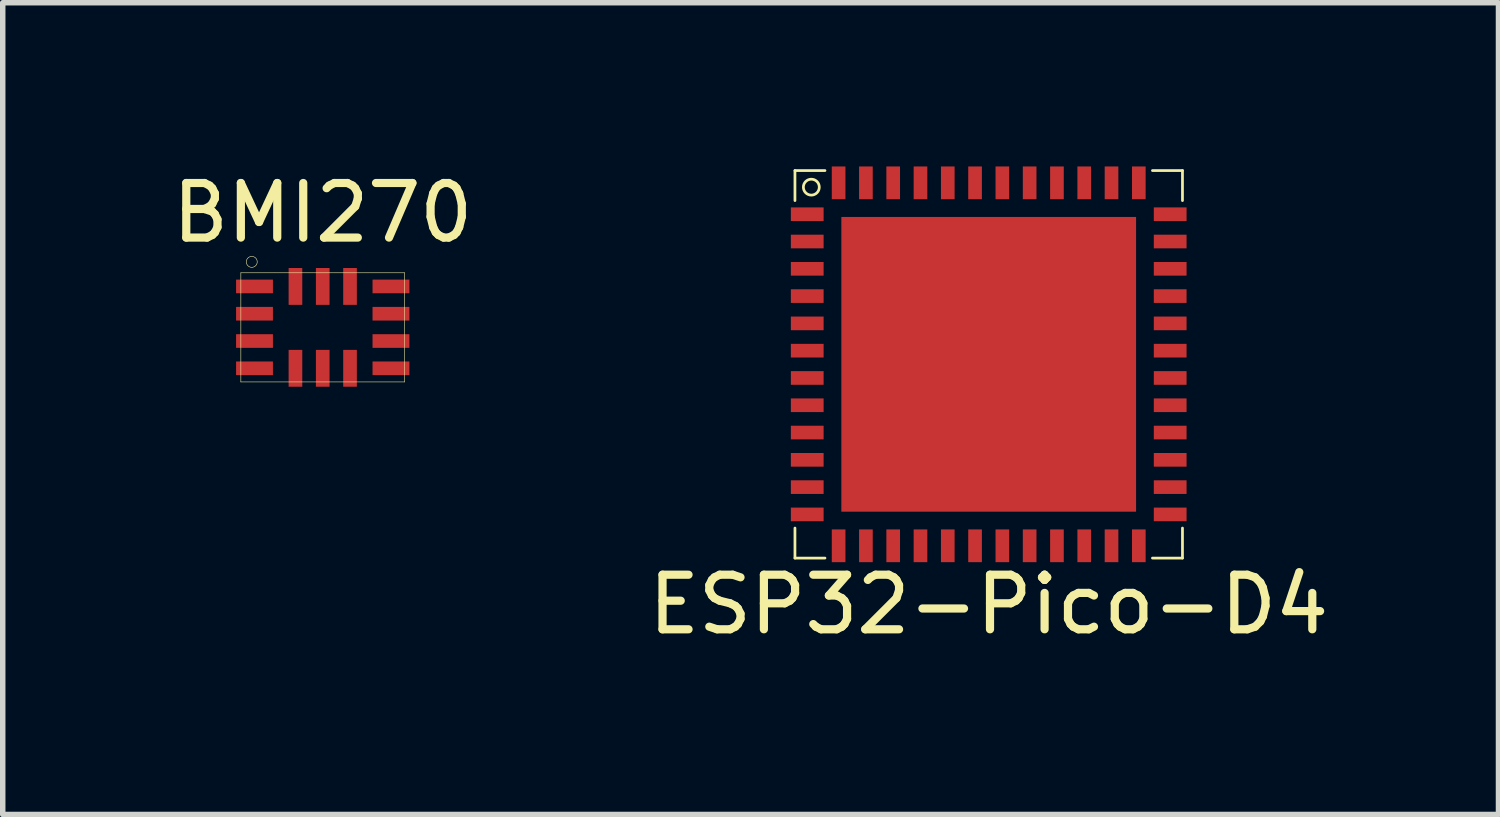
<source format=kicad_pcb>
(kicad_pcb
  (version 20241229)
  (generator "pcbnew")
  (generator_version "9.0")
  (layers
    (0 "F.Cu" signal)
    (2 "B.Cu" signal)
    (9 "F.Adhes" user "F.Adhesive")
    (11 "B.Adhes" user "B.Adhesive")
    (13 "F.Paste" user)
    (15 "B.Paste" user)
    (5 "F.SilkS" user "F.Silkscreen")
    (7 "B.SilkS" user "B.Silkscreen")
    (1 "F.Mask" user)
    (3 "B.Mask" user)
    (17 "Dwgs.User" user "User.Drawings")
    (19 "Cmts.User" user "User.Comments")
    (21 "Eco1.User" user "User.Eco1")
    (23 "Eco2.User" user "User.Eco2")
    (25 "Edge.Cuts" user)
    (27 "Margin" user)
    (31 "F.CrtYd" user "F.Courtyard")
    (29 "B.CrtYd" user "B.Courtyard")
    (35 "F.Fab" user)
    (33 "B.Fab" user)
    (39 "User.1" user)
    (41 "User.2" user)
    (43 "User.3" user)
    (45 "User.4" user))
  (footprint "BMI270"
    (layer "F.Cu")
    (at 2.863 2.948)
    (property "Reference" "BMI270" (at 0 -2.1 0) (layer "F.SilkS") (effects (font (size 1 1) (thickness 0.15))))
    (attr through_hole)
    (fp_line (start -1.5 -1) (end -1.5 1) (stroke (width 0.01) (type solid)) (layer "F.SilkS"))
    (fp_line (start -1.5 1) (end 1.5 1) (stroke (width 0.01) (type solid)) (layer "F.SilkS"))
    (fp_line (start 1.5 -1) (end -1.5 -1) (stroke (width 0.01) (type solid)) (layer "F.SilkS"))
    (fp_line (start 1.5 1) (end 1.5 -1) (stroke (width 0.01) (type solid)) (layer "F.SilkS"))
    (fp_circle (center -1.3 -1.2) (end -1.2 -1.2) (stroke (width 0.01) (type solid)) (fill no) (layer "F.SilkS"))
    (pad "1" smd rect (at -1.25 -0.75) (size 0.675 0.25) (layers "F.Cu" "F.Mask" "F.Paste"))
    (pad "2" smd rect (at -1.25 -0.25) (size 0.675 0.25) (layers "F.Cu" "F.Mask" "F.Paste"))
    (pad "3" smd rect (at -1.25 0.25) (size 0.675 0.25) (layers "F.Cu" "F.Mask" "F.Paste"))
    (pad "4" smd rect (at -1.25 0.75) (size 0.675 0.25) (layers "F.Cu" "F.Mask" "F.Paste"))
    (pad "5" smd rect (at -0.5 0.75 90) (size 0.675 0.25) (layers "F.Cu" "F.Mask" "F.Paste"))
    (pad "6" smd rect (at 0 0.75 90) (size 0.675 0.25) (layers "F.Cu" "F.Mask" "F.Paste"))
    (pad "7" smd rect (at 0.5 0.75 90) (size 0.675 0.25) (layers "F.Cu" "F.Mask" "F.Paste"))
    (pad "8" smd rect (at 1.25 0.75 180) (size 0.675 0.25) (layers "F.Cu" "F.Mask" "F.Paste"))
    (pad "9" smd rect (at 1.25 0.25) (size 0.675 0.25) (layers "F.Cu" "F.Mask" "F.Paste"))
    (pad "10" smd rect (at 1.25 -0.25) (size 0.675 0.25) (layers "F.Cu" "F.Mask" "F.Paste"))
    (pad "11" smd rect (at 1.25 -0.75) (size 0.675 0.25) (layers "F.Cu" "F.Mask" "F.Paste"))
    (pad "12" smd rect (at 0.5 -0.75 90) (size 0.675 0.25) (layers "F.Cu" "F.Mask" "F.Paste"))
    (pad "13" smd rect (at 0 -0.75 90) (size 0.675 0.25) (layers "F.Cu" "F.Mask" "F.Paste"))
    (pad "14" smd rect (at -0.5 -0.75 90) (size 0.675 0.25) (layers "F.Cu" "F.Mask" "F.Paste")))
  (footprint "ESP32-Pico-D4"
    (layer "F.Cu")
    (at 15.065 3.625)
    (property "Reference" "ESP32-Pico-D4" (at 0 4.4 0) (layer "F.SilkS") (effects (font (size 1 1) (thickness 0.15))))
    (attr smd)
    (fp_line (start -3.55 -3.55) (end -3 -3.55) (stroke (width 0.05) (type solid)) (layer "F.SilkS"))
    (fp_line (start -3.55 -3) (end -3.55 -3.55) (stroke (width 0.05) (type solid)) (layer "F.SilkS"))
    (fp_line (start -3.55 3.55) (end -3.55 3) (stroke (width 0.05) (type solid)) (layer "F.SilkS"))
    (fp_line (start -3 3.55) (end -3.55 3.55) (stroke (width 0.05) (type solid)) (layer "F.SilkS"))
    (fp_line (start 3 -3.55) (end 3.55 -3.55) (stroke (width 0.05) (type solid)) (layer "F.SilkS"))
    (fp_line (start 3 3.55) (end 3.55 3.55) (stroke (width 0.05) (type solid)) (layer "F.SilkS"))
    (fp_line (start 3.55 -3.55) (end 3.55 -3) (stroke (width 0.05) (type solid)) (layer "F.SilkS"))
    (fp_line (start 3.55 3.55) (end 3.55 3) (stroke (width 0.05) (type solid)) (layer "F.SilkS"))
    (fp_circle (center -3.25 -3.246) (end -3.125 -3.171) (stroke (width 0.05) (type solid)) (fill no) (layer "F.SilkS"))
    (pad "" smd rect (at 0 0) (size 2 2) (layers "F.Paste"))
    (pad "1" smd rect (at -3.325 -2.75) (size 0.6 0.25) (layers "F.Cu" "F.Mask" "F.Paste"))
    (pad "2" smd rect (at -3.325 -2.25) (size 0.6 0.25) (layers "F.Cu" "F.Mask" "F.Paste"))
    (pad "3" smd rect (at -3.325 -1.75) (size 0.6 0.25) (layers "F.Cu" "F.Mask" "F.Paste"))
    (pad "4" smd rect (at -3.325 -1.25) (size 0.6 0.25) (layers "F.Cu" "F.Mask" "F.Paste"))
    (pad "5" smd rect (at -3.325 -0.75) (size 0.6 0.25) (layers "F.Cu" "F.Mask" "F.Paste"))
    (pad "6" smd rect (at -3.325 -0.25) (size 0.6 0.25) (layers "F.Cu" "F.Mask" "F.Paste"))
    (pad "7" smd rect (at -3.325 0.25) (size 0.6 0.25) (layers "F.Cu" "F.Mask" "F.Paste"))
    (pad "8" smd rect (at -3.325 0.75) (size 0.6 0.25) (layers "F.Cu" "F.Mask" "F.Paste"))
    (pad "9" smd rect (at -3.325 1.25) (size 0.6 0.25) (layers "F.Cu" "F.Mask" "F.Paste"))
    (pad "10" smd rect (at -3.325 1.75) (size 0.6 0.25) (layers "F.Cu" "F.Mask" "F.Paste"))
    (pad "11" smd rect (at -3.325 2.25) (size 0.6 0.25) (layers "F.Cu" "F.Mask" "F.Paste"))
    (pad "12" smd rect (at -3.325 2.75) (size 0.6 0.25) (layers "F.Cu" "F.Mask" "F.Paste"))
    (pad "13" smd rect (at -2.75 3.325) (size 0.25 0.6) (layers "F.Cu" "F.Mask" "F.Paste"))
    (pad "14" smd rect (at -2.25 3.325) (size 0.25 0.6) (layers "F.Cu" "F.Mask" "F.Paste"))
    (pad "15" smd rect (at -1.75 3.325) (size 0.25 0.6) (layers "F.Cu" "F.Mask" "F.Paste"))
    (pad "16" smd rect (at -1.25 3.325) (size 0.25 0.6) (layers "F.Cu" "F.Mask" "F.Paste"))
    (pad "17" smd rect (at -0.75 3.325) (size 0.25 0.6) (layers "F.Cu" "F.Mask" "F.Paste"))
    (pad "18" smd rect (at -0.25 3.325) (size 0.25 0.6) (layers "F.Cu" "F.Mask" "F.Paste"))
    (pad "19" smd rect (at 0.25 3.325) (size 0.25 0.6) (layers "F.Cu" "F.Mask" "F.Paste"))
    (pad "20" smd rect (at 0.75 3.325) (size 0.25 0.6) (layers "F.Cu" "F.Mask" "F.Paste"))
    (pad "21" smd rect (at 1.25 3.325) (size 0.25 0.6) (layers "F.Cu" "F.Mask" "F.Paste"))
    (pad "22" smd rect (at 1.75 3.325) (size 0.25 0.6) (layers "F.Cu" "F.Mask" "F.Paste"))
    (pad "23" smd rect (at 2.25 3.325) (size 0.25 0.6) (layers "F.Cu" "F.Mask" "F.Paste"))
    (pad "24" smd rect (at 2.75 3.325) (size 0.25 0.6) (layers "F.Cu" "F.Mask" "F.Paste"))
    (pad "25" smd rect (at 3.325 2.75) (size 0.6 0.25) (layers "F.Cu" "F.Mask" "F.Paste"))
    (pad "26" smd rect (at 3.325 2.25) (size 0.6 0.25) (layers "F.Cu" "F.Mask" "F.Paste"))
    (pad "27" smd rect (at 3.325 1.75) (size 0.6 0.25) (layers "F.Cu" "F.Mask" "F.Paste"))
    (pad "28" smd rect (at 3.325 1.25) (size 0.6 0.25) (layers "F.Cu" "F.Mask" "F.Paste"))
    (pad "29" smd rect (at 3.325 0.75) (size 0.6 0.25) (layers "F.Cu" "F.Mask" "F.Paste"))
    (pad "30" smd rect (at 3.325 0.25) (size 0.6 0.25) (layers "F.Cu" "F.Mask" "F.Paste"))
    (pad "31" smd rect (at 3.325 -0.25) (size 0.6 0.25) (layers "F.Cu" "F.Mask" "F.Paste"))
    (pad "32" smd rect (at 3.325 -0.75) (size 0.6 0.25) (layers "F.Cu" "F.Mask" "F.Paste"))
    (pad "33" smd rect (at 3.325 -1.25) (size 0.6 0.25) (layers "F.Cu" "F.Mask" "F.Paste"))
    (pad "34" smd rect (at 3.325 -1.75) (size 0.6 0.25) (layers "F.Cu" "F.Mask" "F.Paste"))
    (pad "35" smd rect (at 3.325 -2.25) (size 0.6 0.25) (layers "F.Cu" "F.Mask" "F.Paste"))
    (pad "36" smd rect (at 3.325 -2.75) (size 0.6 0.25) (layers "F.Cu" "F.Mask" "F.Paste"))
    (pad "37" smd rect (at 2.75 -3.325) (size 0.25 0.6) (layers "F.Cu" "F.Mask" "F.Paste"))
    (pad "38" smd rect (at 2.25 -3.325) (size 0.25 0.6) (layers "F.Cu" "F.Mask" "F.Paste"))
    (pad "39" smd rect (at 1.75 -3.325) (size 0.25 0.6) (layers "F.Cu" "F.Mask" "F.Paste"))
    (pad "40" smd rect (at 1.25 -3.325) (size 0.25 0.6) (layers "F.Cu" "F.Mask" "F.Paste"))
    (pad "41" smd rect (at 0.75 -3.325) (size 0.25 0.6) (layers "F.Cu" "F.Mask" "F.Paste"))
    (pad "42" smd rect (at 0.25 -3.325) (size 0.25 0.6) (layers "F.Cu" "F.Mask" "F.Paste"))
    (pad "43" smd rect (at -0.25 -3.325) (size 0.25 0.6) (layers "F.Cu" "F.Mask" "F.Paste"))
    (pad "44" smd rect (at -0.75 -3.325) (size 0.25 0.6) (layers "F.Cu" "F.Mask" "F.Paste"))
    (pad "45" smd rect (at -1.25 -3.325) (size 0.25 0.6) (layers "F.Cu" "F.Mask" "F.Paste"))
    (pad "46" smd rect (at -1.75 -3.325) (size 0.25 0.6) (layers "F.Cu" "F.Mask" "F.Paste"))
    (pad "47" smd rect (at -2.25 -3.325) (size 0.25 0.6) (layers "F.Cu" "F.Mask" "F.Paste"))
    (pad "48" smd rect (at -2.75 -3.325) (size 0.25 0.6) (layers "F.Cu" "F.Mask" "F.Paste"))
    (pad "49" smd rect (at 0 0) (size 5.4 5.4) (layers "F.Cu" "F.Mask")))
  (gr_rect
    (start -3 -3)
    (end 24.405 11.873)
    (stroke (width 0.1) (type default))
    (fill no)
    (layer "Edge.Cuts")))
</source>
